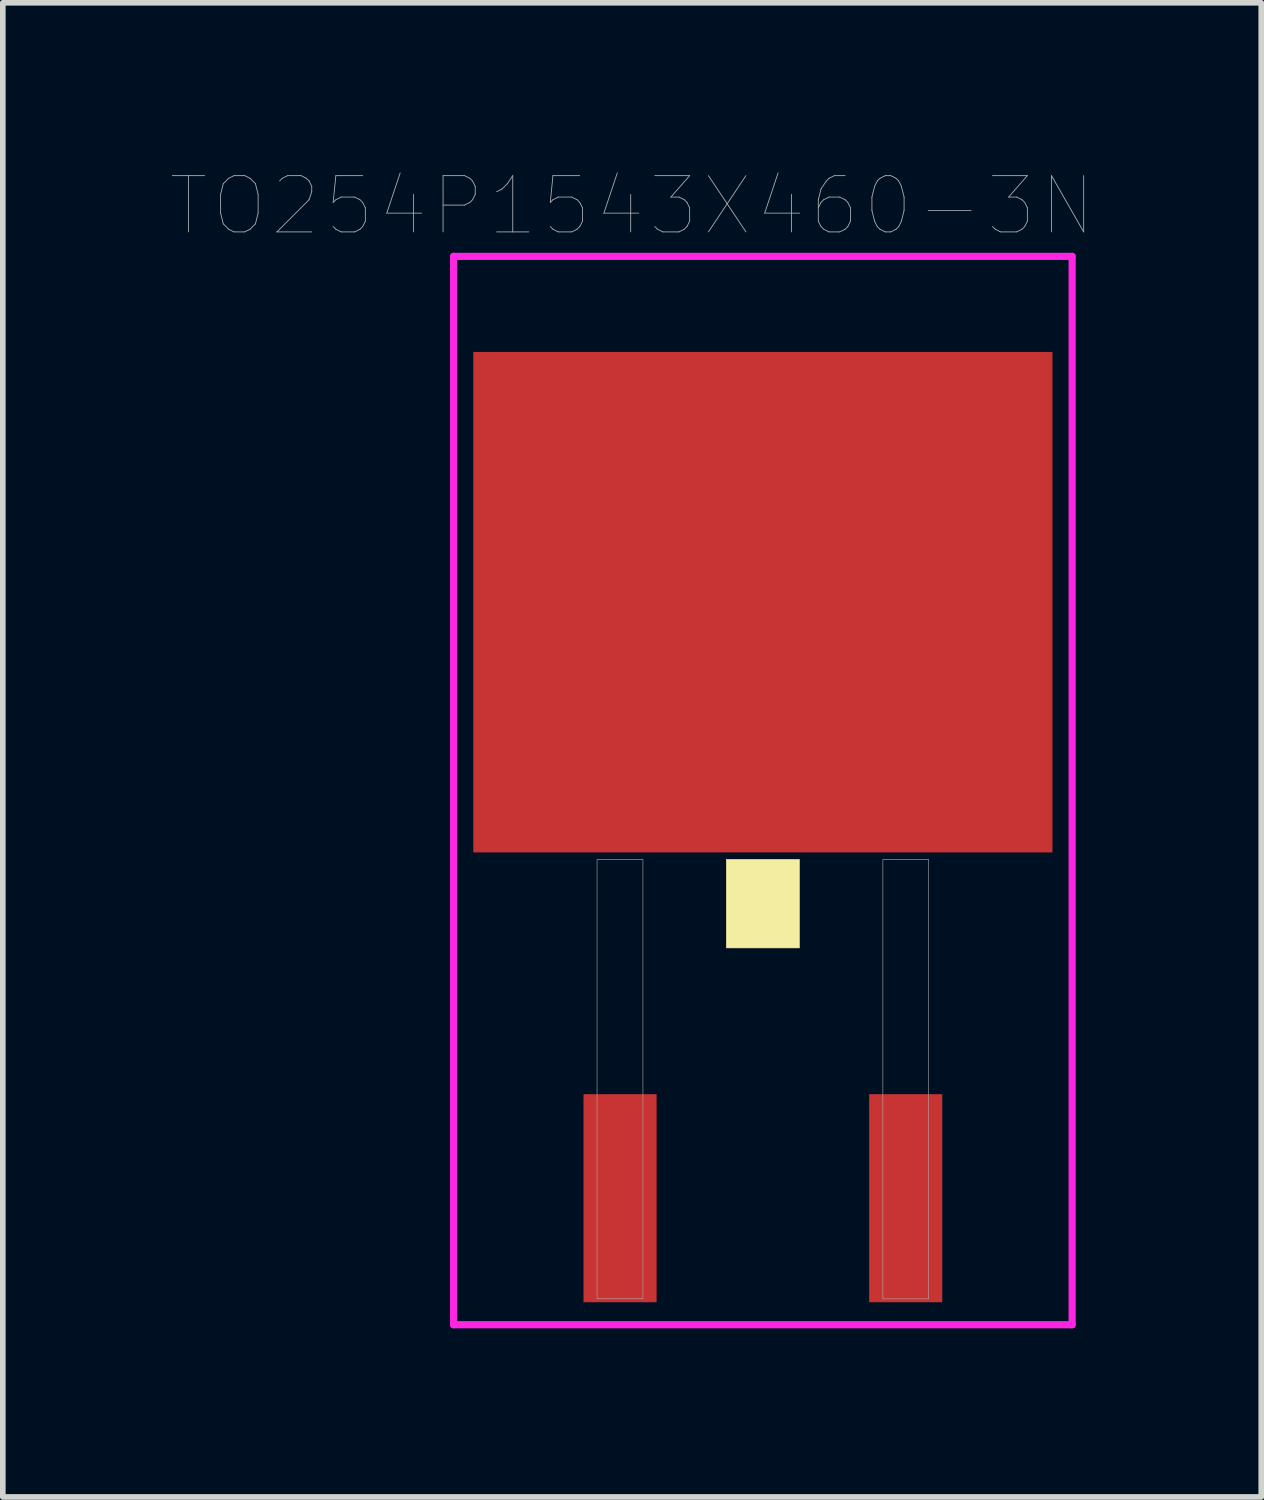
<source format=kicad_pcb>
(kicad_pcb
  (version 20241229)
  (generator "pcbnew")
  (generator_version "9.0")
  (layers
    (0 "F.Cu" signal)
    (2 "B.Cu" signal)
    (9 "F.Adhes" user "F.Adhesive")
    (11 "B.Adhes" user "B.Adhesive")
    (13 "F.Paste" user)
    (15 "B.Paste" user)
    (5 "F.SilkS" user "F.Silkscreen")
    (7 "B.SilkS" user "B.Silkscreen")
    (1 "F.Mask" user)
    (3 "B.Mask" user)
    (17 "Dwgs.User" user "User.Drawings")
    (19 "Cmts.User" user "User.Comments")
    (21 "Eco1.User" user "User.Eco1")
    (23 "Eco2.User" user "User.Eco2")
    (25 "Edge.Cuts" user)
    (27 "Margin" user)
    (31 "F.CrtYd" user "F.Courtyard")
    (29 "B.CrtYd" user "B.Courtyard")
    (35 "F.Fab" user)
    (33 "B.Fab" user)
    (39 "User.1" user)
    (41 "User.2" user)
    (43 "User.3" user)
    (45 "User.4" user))
  (footprint "TO254P1543X460-3N"
    (layer "F.Cu")
    (at 10.517 18.259)
    (property "Reference" "TO254P1543X460-3N" (at -2.327 -17.647 0) (layer "F.Fab") (effects (font (size 1.001 1.001) (thickness 0.015))))
    (attr through_hole)
    (fp_poly (pts (xy -0.65 -6.025) (xy 0.65 -6.025) (xy 0.65 -4.451) (xy -0.65 -4.451)) (stroke (width 0.01) (type solid)) (fill yes) (layer "F.SilkS"))
    (fp_line (start -5.5 -16.75) (end 5.5 -16.75) (stroke (width 0.127) (type solid)) (layer "F.CrtYd"))
    (fp_line (start -5.5 2.25) (end -5.5 -16.75) (stroke (width 0.127) (type solid)) (layer "F.CrtYd"))
    (fp_line (start 5.5 -16.75) (end 5.5 2.25) (stroke (width 0.127) (type solid)) (layer "F.CrtYd"))
    (fp_line (start 5.5 2.25) (end -5.5 2.25) (stroke (width 0.127) (type solid)) (layer "F.CrtYd"))
    (fp_poly (pts (xy -2.949 -6.026) (xy -2.133 -6.026) (xy -2.133 1.789) (xy -2.949 1.789)) (stroke (width 0.01) (type solid)) (fill no) (layer "F.Fab"))
    (fp_poly (pts (xy 2.134 -6.026) (xy 2.947 -6.026) (xy 2.947 1.79) (xy 2.134 1.79)) (stroke (width 0.01) (type solid)) (fill no) (layer "F.Fab"))
    (pad "1" smd rect (at -2.54 0) (size 1.3 3.7) (layers "F.Cu" "F.Mask" "F.Paste"))
    (pad "3" smd rect (at 2.54 0) (size 1.3 3.7) (layers "F.Cu" "F.Mask" "F.Paste"))
    (pad "4" smd rect (at 0 -10.6) (size 10.3 8.9) (layers "F.Cu" "F.Mask" "F.Paste")))
  (gr_rect
    (start -3 -3)
    (end 19.38 23.572)
    (stroke (width 0.1) (type default))
    (fill no)
    (layer "Edge.Cuts")))
</source>
